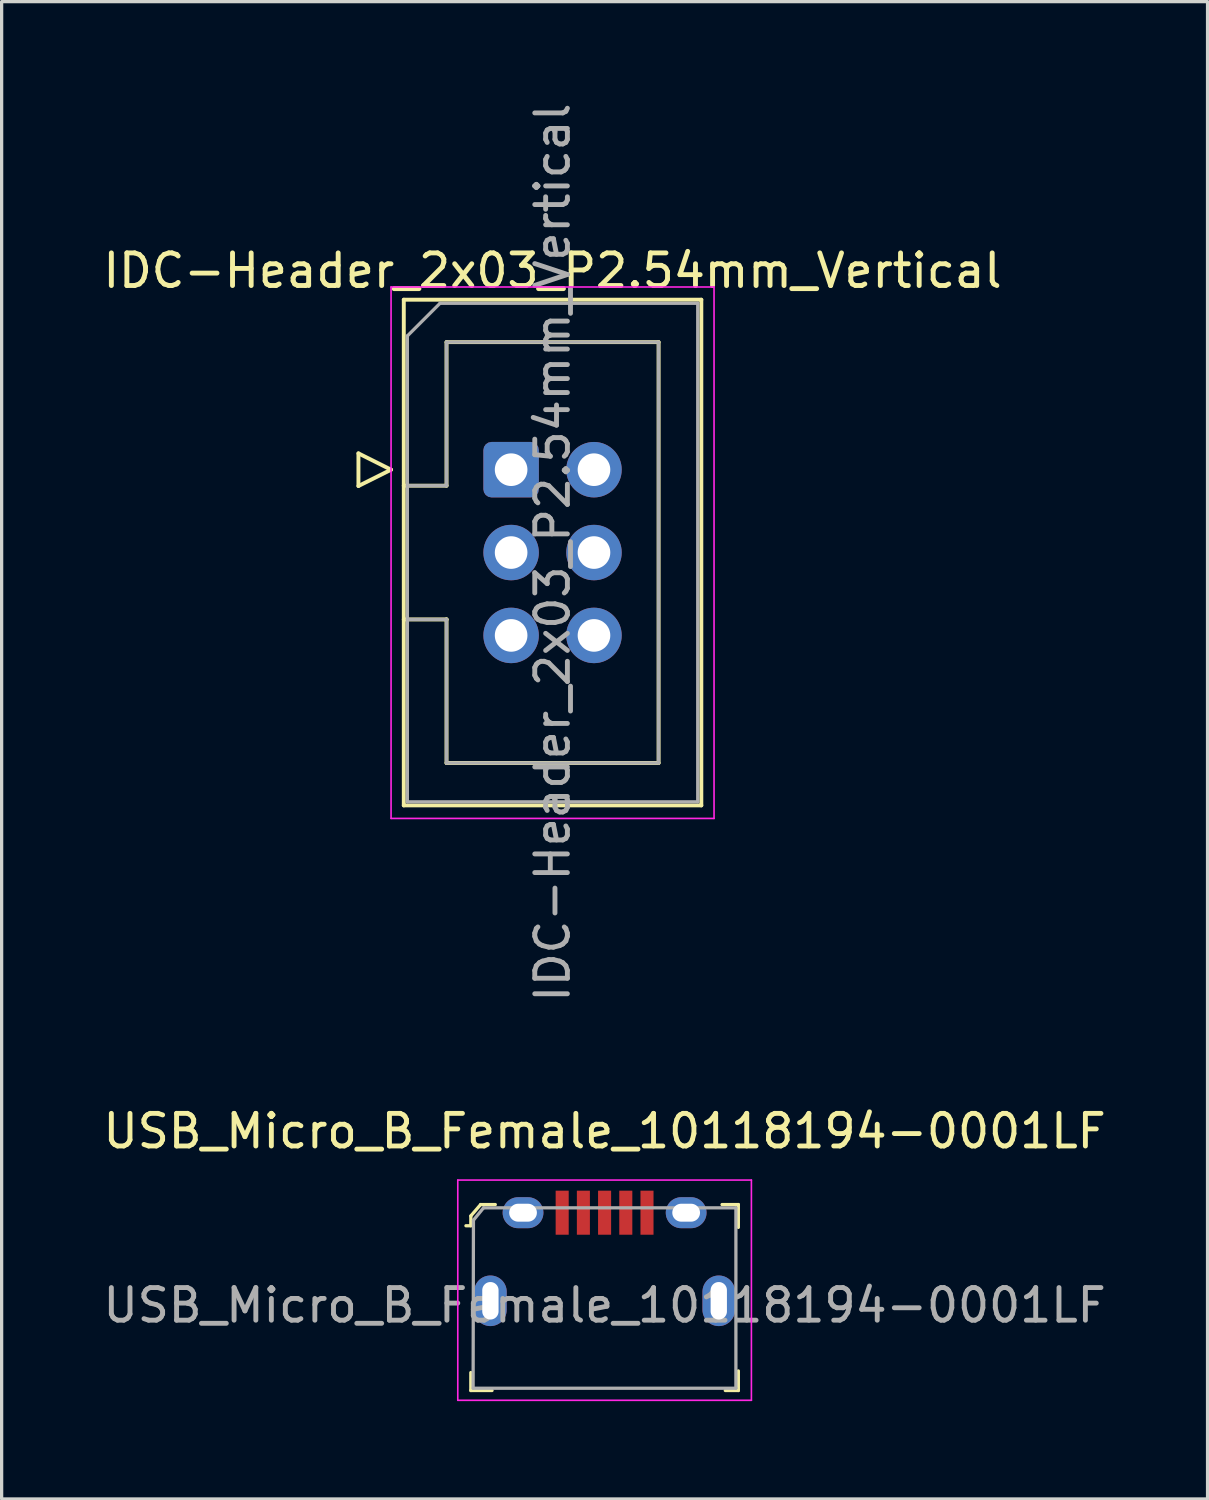
<source format=kicad_pcb>
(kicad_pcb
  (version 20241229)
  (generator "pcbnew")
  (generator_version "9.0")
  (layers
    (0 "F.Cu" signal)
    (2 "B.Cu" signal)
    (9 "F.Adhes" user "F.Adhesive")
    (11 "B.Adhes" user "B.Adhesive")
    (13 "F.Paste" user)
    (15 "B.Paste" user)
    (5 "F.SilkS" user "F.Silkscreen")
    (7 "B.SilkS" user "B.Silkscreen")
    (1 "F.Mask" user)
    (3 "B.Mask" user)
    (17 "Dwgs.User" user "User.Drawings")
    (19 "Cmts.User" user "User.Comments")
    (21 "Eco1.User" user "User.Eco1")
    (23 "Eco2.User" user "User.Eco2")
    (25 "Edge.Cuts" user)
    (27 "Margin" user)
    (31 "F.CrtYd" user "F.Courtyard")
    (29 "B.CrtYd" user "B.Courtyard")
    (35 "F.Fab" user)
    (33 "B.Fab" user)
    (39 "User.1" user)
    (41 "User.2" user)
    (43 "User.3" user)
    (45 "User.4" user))
  (footprint "USB_Micro_B_Female_10118194-0001LF"
    (layer "F.Cu")
    (at 15.482 34.122)
    (property "Reference" "USB_Micro_B_Female_10118194-0001LF" (at 0 -2.5 0) (layer "F.SilkS") (effects (font (size 1 1) (thickness 0.15))))
    (attr smd)
    (fp_line (start -4.1 0.1) (end -4.1 0.4) (stroke (width 0.1) (type solid)) (layer "F.SilkS"))
    (fp_line (start -4.1 0.4) (end -4.25 0.4) (stroke (width 0.1) (type solid)) (layer "F.SilkS"))
    (fp_line (start -4.1 4.9) (end -4.1 5.45) (stroke (width 0.1) (type solid)) (layer "F.SilkS"))
    (fp_line (start -4.1 5.45) (end -3.45 5.45) (stroke (width 0.1) (type solid)) (layer "F.SilkS"))
    (fp_line (start -3.8 -0.25) (end -4.1 0.1) (stroke (width 0.1) (type solid)) (layer "F.SilkS"))
    (fp_line (start -3.35 -0.25) (end -3.8 -0.25) (stroke (width 0.1) (type solid)) (layer "F.SilkS"))
    (fp_line (start 3.6 -0.25) (end 4.1 -0.25) (stroke (width 0.1) (type solid)) (layer "F.SilkS"))
    (fp_line (start 4.1 -0.25) (end 4.1 0.45) (stroke (width 0.1) (type solid)) (layer "F.SilkS"))
    (fp_line (start 4.1 4.85) (end 4.1 5.45) (stroke (width 0.1) (type solid)) (layer "F.SilkS"))
    (fp_line (start 4.1 5.45) (end 3.7 5.45) (stroke (width 0.1) (type solid)) (layer "F.SilkS"))
    (fp_line (start -4.5 -1) (end 4.5 -1) (stroke (width 0.05) (type solid)) (layer "F.CrtYd"))
    (fp_line (start -4.5 5.75) (end -4.5 -1) (stroke (width 0.05) (type solid)) (layer "F.CrtYd"))
    (fp_line (start -4.5 5.75) (end 4.5 5.75) (stroke (width 0.05) (type solid)) (layer "F.CrtYd"))
    (fp_line (start 4.5 5.75) (end 4.5 -1) (stroke (width 0.05) (type solid)) (layer "F.CrtYd"))
    (fp_line (start -4.03 5.38) (end -4.02 0.23) (stroke (width 0.1) (type solid)) (layer "F.Fab"))
    (fp_line (start -4.025 5.38) (end 4.025 5.38) (stroke (width 0.1) (type solid)) (layer "F.Fab"))
    (fp_line (start -4.02 0.23) (end -3.71 -0.15) (stroke (width 0.1) (type solid)) (layer "F.Fab"))
    (fp_line (start 4.02 -0.15) (end -3.71 -0.15) (stroke (width 0.1) (type solid)) (layer "F.Fab"))
    (fp_line (start 4.025 5.38) (end 4.025 -0.15) (stroke (width 0.1) (type solid)) (layer "F.Fab"))
    (fp_text user "${REFERENCE}" (at 0 2.84 0) (layer "F.Fab") (effects (font (size 1 1) (thickness 0.15))))
    (pad "1" smd rect (at -1.3 0) (size 0.4 1.35) (layers "F.Cu" "F.Mask" "F.Paste"))
    (pad "2" smd rect (at -0.65 0) (size 0.4 1.35) (layers "F.Cu" "F.Mask" "F.Paste"))
    (pad "3" smd rect (at 0 0) (size 0.4 1.35) (layers "F.Cu" "F.Mask" "F.Paste"))
    (pad "4" smd rect (at 0.65 0) (size 0.4 1.35) (layers "F.Cu" "F.Mask" "F.Paste"))
    (pad "5" smd rect (at 1.3 0) (size 0.4 1.35) (layers "F.Cu" "F.Mask" "F.Paste"))
    (pad "SH" thru_hole oval (at -3.5 2.7) (size 1 1.55) (drill oval 0.5 1.15) (layers "*.Cu" "*.Mask"))
    (pad "SH" thru_hole oval (at -2.5 0) (size 1.25 0.95) (drill oval 0.85 0.55) (layers "*.Cu" "*.Mask"))
    (pad "SH" thru_hole oval (at 2.5 0) (size 1.25 0.95) (drill oval 0.85 0.55) (layers "*.Cu" "*.Mask"))
    (pad "SH" thru_hole oval (at 3.5 2.7) (size 1 1.55) (drill oval 0.5 1.15) (layers "*.Cu" "*.Mask")))
  (footprint "IDC-Header_2x03_P2.54mm_Vertical"
    (layer "F.Cu")
    (at 12.617 11.347)
    (property "Reference" "IDC-Header_2x03_P2.54mm_Vertical" (at 1.27 -6.1 0) (layer "F.SilkS") (effects (font (size 1 1) (thickness 0.15))))
    (attr through_hole)
    (fp_line (start -4.68 -0.5) (end -4.68 0.5) (stroke (width 0.12) (type solid)) (layer "F.SilkS"))
    (fp_line (start -4.68 0.5) (end -3.68 0) (stroke (width 0.12) (type solid)) (layer "F.SilkS"))
    (fp_line (start -3.68 0) (end -4.68 -0.5) (stroke (width 0.12) (type solid)) (layer "F.SilkS"))
    (fp_line (start -3.29 -5.21) (end 5.83 -5.21) (stroke (width 0.12) (type solid)) (layer "F.SilkS"))
    (fp_line (start -3.29 0.49) (end -1.98 0.49) (stroke (width 0.12) (type solid)) (layer "F.SilkS"))
    (fp_line (start -3.29 10.29) (end -3.29 -5.21) (stroke (width 0.12) (type solid)) (layer "F.SilkS"))
    (fp_line (start -1.98 -3.91) (end 4.52 -3.91) (stroke (width 0.12) (type solid)) (layer "F.SilkS"))
    (fp_line (start -1.98 0.49) (end -1.98 -3.91) (stroke (width 0.12) (type solid)) (layer "F.SilkS"))
    (fp_line (start -1.98 4.59) (end -3.29 4.59) (stroke (width 0.12) (type solid)) (layer "F.SilkS"))
    (fp_line (start -1.98 4.59) (end -1.98 4.59) (stroke (width 0.12) (type solid)) (layer "F.SilkS"))
    (fp_line (start -1.98 8.99) (end -1.98 4.59) (stroke (width 0.12) (type solid)) (layer "F.SilkS"))
    (fp_line (start 4.52 -3.91) (end 4.52 8.99) (stroke (width 0.12) (type solid)) (layer "F.SilkS"))
    (fp_line (start 4.52 8.99) (end -1.98 8.99) (stroke (width 0.12) (type solid)) (layer "F.SilkS"))
    (fp_line (start 5.83 -5.21) (end 5.83 10.29) (stroke (width 0.12) (type solid)) (layer "F.SilkS"))
    (fp_line (start 5.83 10.29) (end -3.29 10.29) (stroke (width 0.12) (type solid)) (layer "F.SilkS"))
    (fp_line (start -3.68 -5.6) (end -3.68 10.69) (stroke (width 0.05) (type solid)) (layer "F.CrtYd"))
    (fp_line (start -3.68 10.69) (end 6.22 10.69) (stroke (width 0.05) (type solid)) (layer "F.CrtYd"))
    (fp_line (start 6.22 -5.6) (end -3.68 -5.6) (stroke (width 0.05) (type solid)) (layer "F.CrtYd"))
    (fp_line (start 6.22 10.69) (end 6.22 -5.6) (stroke (width 0.05) (type solid)) (layer "F.CrtYd"))
    (fp_line (start -3.18 -4.1) (end -2.18 -5.1) (stroke (width 0.1) (type solid)) (layer "F.Fab"))
    (fp_line (start -3.18 0.49) (end -1.98 0.49) (stroke (width 0.1) (type solid)) (layer "F.Fab"))
    (fp_line (start -3.18 10.18) (end -3.18 -4.1) (stroke (width 0.1) (type solid)) (layer "F.Fab"))
    (fp_line (start -2.18 -5.1) (end 5.72 -5.1) (stroke (width 0.1) (type solid)) (layer "F.Fab"))
    (fp_line (start -1.98 -3.91) (end 4.52 -3.91) (stroke (width 0.1) (type solid)) (layer "F.Fab"))
    (fp_line (start -1.98 0.49) (end -1.98 -3.91) (stroke (width 0.1) (type solid)) (layer "F.Fab"))
    (fp_line (start -1.98 4.59) (end -3.18 4.59) (stroke (width 0.1) (type solid)) (layer "F.Fab"))
    (fp_line (start -1.98 4.59) (end -1.98 4.59) (stroke (width 0.1) (type solid)) (layer "F.Fab"))
    (fp_line (start -1.98 8.99) (end -1.98 4.59) (stroke (width 0.1) (type solid)) (layer "F.Fab"))
    (fp_line (start 4.52 -3.91) (end 4.52 8.99) (stroke (width 0.1) (type solid)) (layer "F.Fab"))
    (fp_line (start 4.52 8.99) (end -1.98 8.99) (stroke (width 0.1) (type solid)) (layer "F.Fab"))
    (fp_line (start 5.72 -5.1) (end 5.72 10.18) (stroke (width 0.1) (type solid)) (layer "F.Fab"))
    (fp_line (start 5.72 10.18) (end -3.18 10.18) (stroke (width 0.1) (type solid)) (layer "F.Fab"))
    (fp_text user "${REFERENCE}" (at 1.27 2.54 90) (layer "F.Fab") (effects (font (size 1 1) (thickness 0.15))))
    (pad "1" thru_hole roundrect (at 0 0) (size 1.7 1.7) (drill 1) (layers "*.Cu" "*.Mask") (roundrect_rratio 0.147))
    (pad "2" thru_hole circle (at 2.54 0) (size 1.7 1.7) (drill 1) (layers "*.Cu" "*.Mask"))
    (pad "3" thru_hole circle (at 0 2.54) (size 1.7 1.7) (drill 1) (layers "*.Cu" "*.Mask"))
    (pad "4" thru_hole circle (at 2.54 2.54) (size 1.7 1.7) (drill 1) (layers "*.Cu" "*.Mask"))
    (pad "5" thru_hole circle (at 0 5.08) (size 1.7 1.7) (drill 1) (layers "*.Cu" "*.Mask"))
    (pad "6" thru_hole circle (at 2.54 5.08) (size 1.7 1.7) (drill 1) (layers "*.Cu" "*.Mask")))
  (gr_rect
    (start -3 -3)
    (end 33.964 42.897)
    (stroke (width 0.1) (type default))
    (fill no)
    (layer "Edge.Cuts")))
</source>
